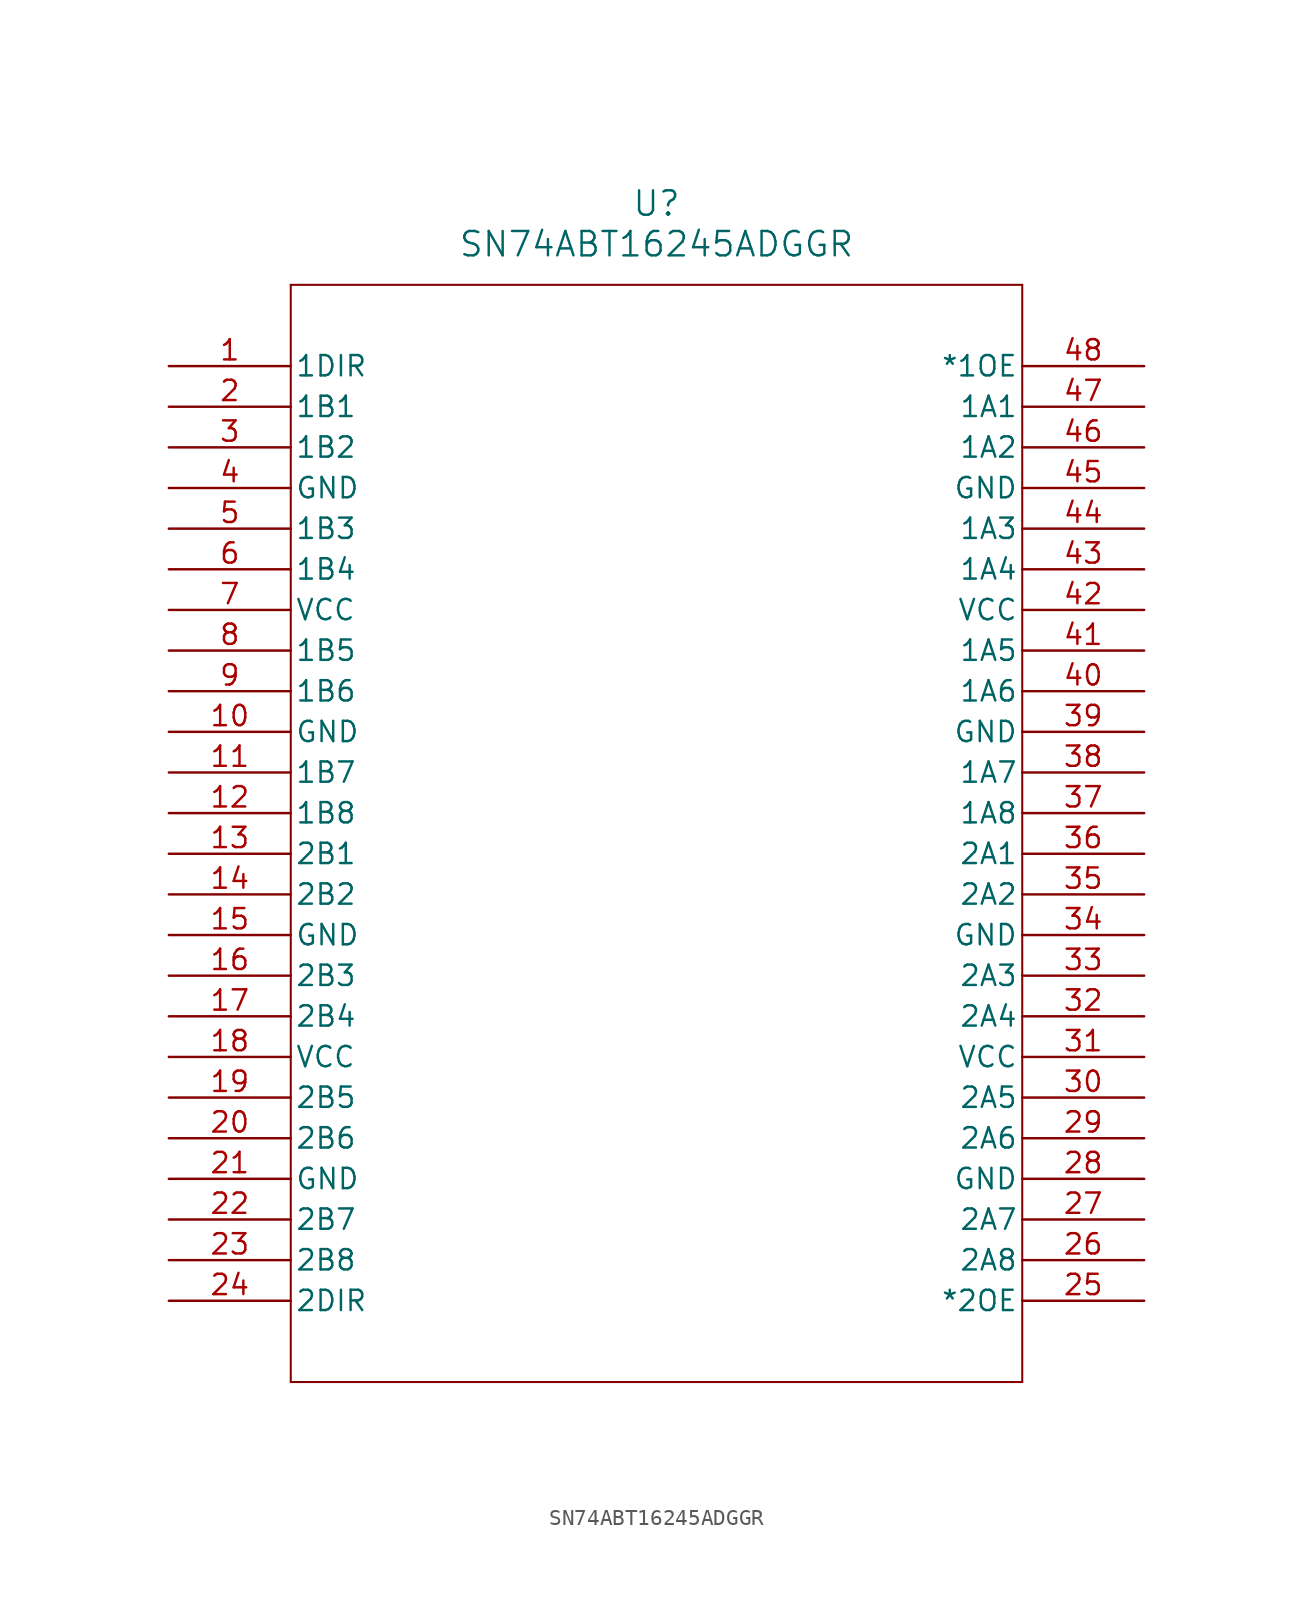
<source format=kicad_sym>
(kicad_symbol_lib
  (version 20211014)
  (generator kicad_symbol_editor)
  (symbol "SN74ABT16245ADGGR"
    (pin_names
      (offset 0.254))
    (property "Reference" "U"
      (at 30.48 10.16 0)
      (effects (font (size 1.524 1.524))))
    (property "Value" "SN74ABT16245ADGGR"
      (at 30.48 7.62 0)
      (effects (font (size 1.524 1.524))))
    (symbol "SN74ABT16245ADGGR_0_1"
      (polyline (pts (xy 7.62 5.08) (xy 7.62 -63.5)) (stroke (width 0.127) (type default) (color 0 0 0 0)) (fill (type none)))
      (polyline (pts (xy 7.62 -63.5) (xy 53.34 -63.5)) (stroke (width 0.127) (type default) (color 0 0 0 0)) (fill (type none)))
      (polyline (pts (xy 53.34 -63.5) (xy 53.34 5.08)) (stroke (width 0.127) (type default) (color 0 0 0 0)) (fill (type none)))
      (polyline (pts (xy 53.34 5.08) (xy 7.62 5.08)) (stroke (width 0.127) (type default) (color 0 0 0 0)) (fill (type none)))
      (pin input line (at 0 0 0) (length 7.62) (name "1DIR" (effects (font (size 1.27 1.27)))) (number "1" (effects (font (size 1.27 1.27)))))
      (pin bidirectional line (at 0 -2.54 0) (length 7.62) (name "1B1" (effects (font (size 1.27 1.27)))) (number "2" (effects (font (size 1.27 1.27)))))
      (pin bidirectional line (at 0 -5.08 0) (length 7.62) (name "1B2" (effects (font (size 1.27 1.27)))) (number "3" (effects (font (size 1.27 1.27)))))
      (pin power_in line (at 0 -7.62 0) (length 7.62) (name "GND" (effects (font (size 1.27 1.27)))) (number "4" (effects (font (size 1.27 1.27)))))
      (pin bidirectional line (at 0 -10.16 0) (length 7.62) (name "1B3" (effects (font (size 1.27 1.27)))) (number "5" (effects (font (size 1.27 1.27)))))
      (pin bidirectional line (at 0 -12.7 0) (length 7.62) (name "1B4" (effects (font (size 1.27 1.27)))) (number "6" (effects (font (size 1.27 1.27)))))
      (pin power_in line (at 0 -15.24 0) (length 7.62) (name "VCC" (effects (font (size 1.27 1.27)))) (number "7" (effects (font (size 1.27 1.27)))))
      (pin bidirectional line (at 0 -17.78 0) (length 7.62) (name "1B5" (effects (font (size 1.27 1.27)))) (number "8" (effects (font (size 1.27 1.27)))))
      (pin bidirectional line (at 0 -20.32 0) (length 7.62) (name "1B6" (effects (font (size 1.27 1.27)))) (number "9" (effects (font (size 1.27 1.27)))))
      (pin power_in line (at 0 -22.86 0) (length 7.62) (name "GND" (effects (font (size 1.27 1.27)))) (number "10" (effects (font (size 1.27 1.27)))))
      (pin bidirectional line (at 0 -25.4 0) (length 7.62) (name "1B7" (effects (font (size 1.27 1.27)))) (number "11" (effects (font (size 1.27 1.27)))))
      (pin bidirectional line (at 0 -27.94 0) (length 7.62) (name "1B8" (effects (font (size 1.27 1.27)))) (number "12" (effects (font (size 1.27 1.27)))))
      (pin bidirectional line (at 0 -30.48 0) (length 7.62) (name "2B1" (effects (font (size 1.27 1.27)))) (number "13" (effects (font (size 1.27 1.27)))))
      (pin bidirectional line (at 0 -33.02 0) (length 7.62) (name "2B2" (effects (font (size 1.27 1.27)))) (number "14" (effects (font (size 1.27 1.27)))))
      (pin power_in line (at 0 -35.56 0) (length 7.62) (name "GND" (effects (font (size 1.27 1.27)))) (number "15" (effects (font (size 1.27 1.27)))))
      (pin bidirectional line (at 0 -38.1 0) (length 7.62) (name "2B3" (effects (font (size 1.27 1.27)))) (number "16" (effects (font (size 1.27 1.27)))))
      (pin bidirectional line (at 0 -40.64 0) (length 7.62) (name "2B4" (effects (font (size 1.27 1.27)))) (number "17" (effects (font (size 1.27 1.27)))))
      (pin power_in line (at 0 -43.18 0) (length 7.62) (name "VCC" (effects (font (size 1.27 1.27)))) (number "18" (effects (font (size 1.27 1.27)))))
      (pin bidirectional line (at 0 -45.72 0) (length 7.62) (name "2B5" (effects (font (size 1.27 1.27)))) (number "19" (effects (font (size 1.27 1.27)))))
      (pin bidirectional line (at 0 -48.26 0) (length 7.62) (name "2B6" (effects (font (size 1.27 1.27)))) (number "20" (effects (font (size 1.27 1.27)))))
      (pin power_in line (at 0 -50.8 0) (length 7.62) (name "GND" (effects (font (size 1.27 1.27)))) (number "21" (effects (font (size 1.27 1.27)))))
      (pin bidirectional line (at 0 -53.34 0) (length 7.62) (name "2B7" (effects (font (size 1.27 1.27)))) (number "22" (effects (font (size 1.27 1.27)))))
      (pin bidirectional line (at 0 -55.88 0) (length 7.62) (name "2B8" (effects (font (size 1.27 1.27)))) (number "23" (effects (font (size 1.27 1.27)))))
      (pin input line (at 0 -58.42 0) (length 7.62) (name "2DIR" (effects (font (size 1.27 1.27)))) (number "24" (effects (font (size 1.27 1.27)))))
      (pin input line (at 60.96 -58.42 180) (length 7.62) (name "*2OE" (effects (font (size 1.27 1.27)))) (number "25" (effects (font (size 1.27 1.27)))))
      (pin bidirectional line (at 60.96 -55.88 180) (length 7.62) (name "2A8" (effects (font (size 1.27 1.27)))) (number "26" (effects (font (size 1.27 1.27)))))
      (pin bidirectional line (at 60.96 -53.34 180) (length 7.62) (name "2A7" (effects (font (size 1.27 1.27)))) (number "27" (effects (font (size 1.27 1.27)))))
      (pin power_in line (at 60.96 -50.8 180) (length 7.62) (name "GND" (effects (font (size 1.27 1.27)))) (number "28" (effects (font (size 1.27 1.27)))))
      (pin bidirectional line (at 60.96 -48.26 180) (length 7.62) (name "2A6" (effects (font (size 1.27 1.27)))) (number "29" (effects (font (size 1.27 1.27)))))
      (pin bidirectional line (at 60.96 -45.72 180) (length 7.62) (name "2A5" (effects (font (size 1.27 1.27)))) (number "30" (effects (font (size 1.27 1.27)))))
      (pin power_in line (at 60.96 -43.18 180) (length 7.62) (name "VCC" (effects (font (size 1.27 1.27)))) (number "31" (effects (font (size 1.27 1.27)))))
      (pin bidirectional line (at 60.96 -40.64 180) (length 7.62) (name "2A4" (effects (font (size 1.27 1.27)))) (number "32" (effects (font (size 1.27 1.27)))))
      (pin bidirectional line (at 60.96 -38.1 180) (length 7.62) (name "2A3" (effects (font (size 1.27 1.27)))) (number "33" (effects (font (size 1.27 1.27)))))
      (pin power_in line (at 60.96 -35.56 180) (length 7.62) (name "GND" (effects (font (size 1.27 1.27)))) (number "34" (effects (font (size 1.27 1.27)))))
      (pin bidirectional line (at 60.96 -33.02 180) (length 7.62) (name "2A2" (effects (font (size 1.27 1.27)))) (number "35" (effects (font (size 1.27 1.27)))))
      (pin bidirectional line (at 60.96 -30.48 180) (length 7.62) (name "2A1" (effects (font (size 1.27 1.27)))) (number "36" (effects (font (size 1.27 1.27)))))
      (pin bidirectional line (at 60.96 -27.94 180) (length 7.62) (name "1A8" (effects (font (size 1.27 1.27)))) (number "37" (effects (font (size 1.27 1.27)))))
      (pin bidirectional line (at 60.96 -25.4 180) (length 7.62) (name "1A7" (effects (font (size 1.27 1.27)))) (number "38" (effects (font (size 1.27 1.27)))))
      (pin power_in line (at 60.96 -22.86 180) (length 7.62) (name "GND" (effects (font (size 1.27 1.27)))) (number "39" (effects (font (size 1.27 1.27)))))
      (pin bidirectional line (at 60.96 -20.32 180) (length 7.62) (name "1A6" (effects (font (size 1.27 1.27)))) (number "40" (effects (font (size 1.27 1.27)))))
      (pin bidirectional line (at 60.96 -17.78 180) (length 7.62) (name "1A5" (effects (font (size 1.27 1.27)))) (number "41" (effects (font (size 1.27 1.27)))))
      (pin power_in line (at 60.96 -15.24 180) (length 7.62) (name "VCC" (effects (font (size 1.27 1.27)))) (number "42" (effects (font (size 1.27 1.27)))))
      (pin bidirectional line (at 60.96 -12.7 180) (length 7.62) (name "1A4" (effects (font (size 1.27 1.27)))) (number "43" (effects (font (size 1.27 1.27)))))
      (pin bidirectional line (at 60.96 -10.16 180) (length 7.62) (name "1A3" (effects (font (size 1.27 1.27)))) (number "44" (effects (font (size 1.27 1.27)))))
      (pin power_in line (at 60.96 -7.62 180) (length 7.62) (name "GND" (effects (font (size 1.27 1.27)))) (number "45" (effects (font (size 1.27 1.27)))))
      (pin bidirectional line (at 60.96 -5.08 180) (length 7.62) (name "1A2" (effects (font (size 1.27 1.27)))) (number "46" (effects (font (size 1.27 1.27)))))
      (pin bidirectional line (at 60.96 -2.54 180) (length 7.62) (name "1A1" (effects (font (size 1.27 1.27)))) (number "47" (effects (font (size 1.27 1.27)))))
      (pin input line (at 60.96 0 180) (length 7.62) (name "*1OE" (effects (font (size 1.27 1.27)))) (number "48" (effects (font (size 1.27 1.27))))))))
</source>
